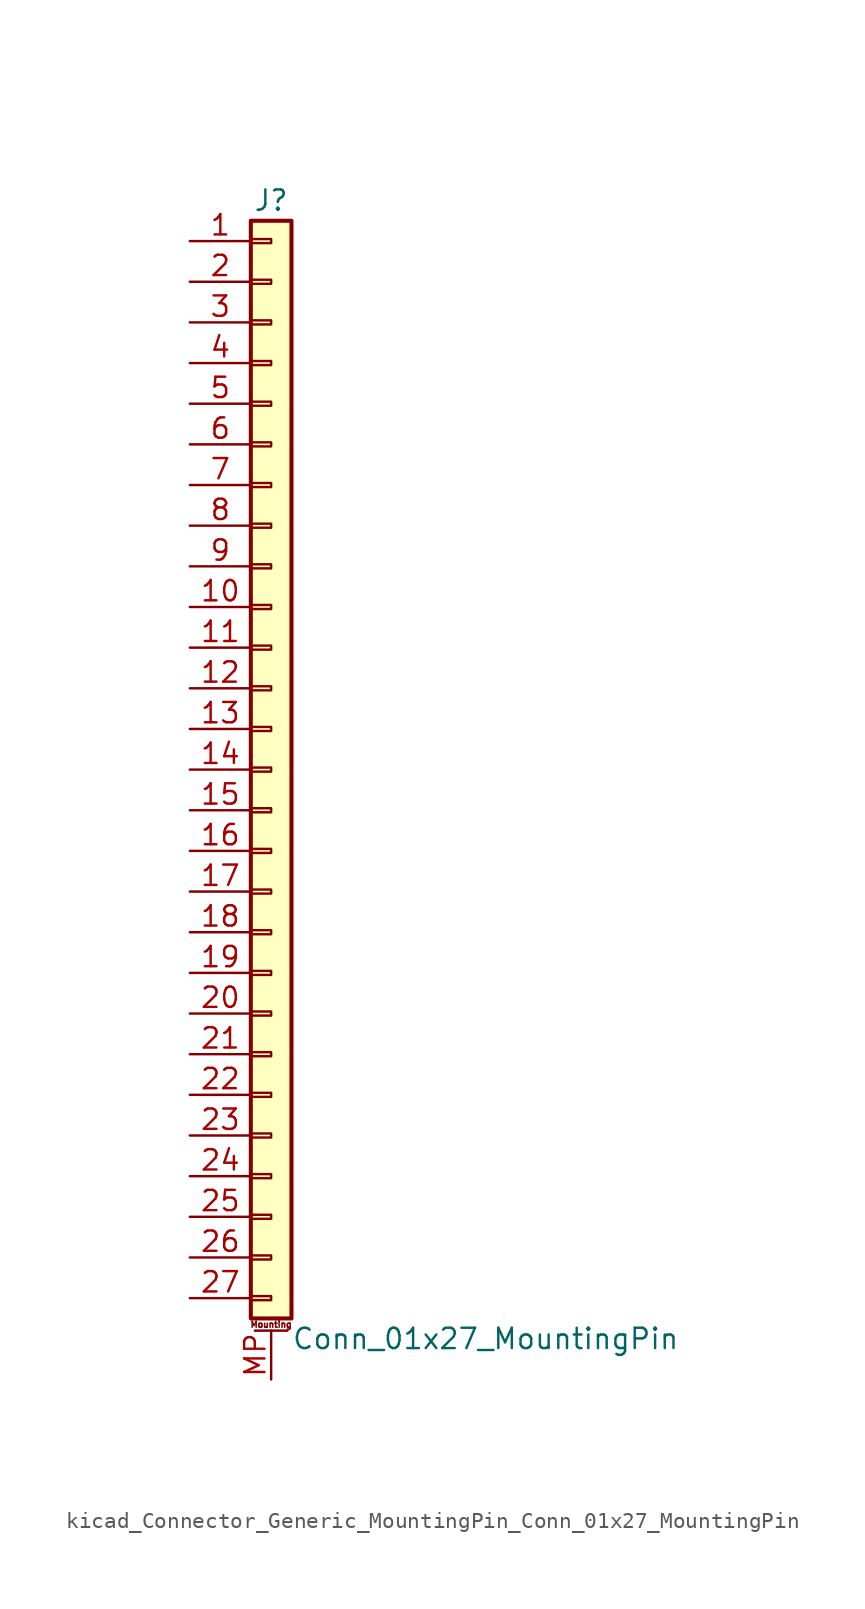
<source format=kicad_sym>
(kicad_symbol_lib
  (version 20220914)
  (generator kicad_symbol_editor)
  (symbol "kicad_Connector_Generic_MountingPin_Conn_01x27_MountingPin"
    (pin_names
      (offset 1.016) hide)
    (property "Reference" "J"
      (at 0 35.56 0)
      (effects (font (size 1.27 1.27))))
    (property "Value" "Conn_01x27_MountingPin"
      (at 1.27 -35.56 0)
      (effects (font (size 1.27 1.27)) (justify left)))
    (symbol "kicad_Connector_Generic_MountingPin_Conn_01x27_MountingPin_1_1"
      (rectangle (start -1.27 -32.893) (end 0 -33.147) (stroke (width 0.152) (type default)) (fill (type none)))
      (rectangle (start -1.27 -30.353) (end 0 -30.607) (stroke (width 0.152) (type default)) (fill (type none)))
      (rectangle (start -1.27 -27.813) (end 0 -28.067) (stroke (width 0.152) (type default)) (fill (type none)))
      (rectangle (start -1.27 -25.273) (end 0 -25.527) (stroke (width 0.152) (type default)) (fill (type none)))
      (rectangle (start -1.27 -22.733) (end 0 -22.987) (stroke (width 0.152) (type default)) (fill (type none)))
      (rectangle (start -1.27 -20.193) (end 0 -20.447) (stroke (width 0.152) (type default)) (fill (type none)))
      (rectangle (start -1.27 -17.653) (end 0 -17.907) (stroke (width 0.152) (type default)) (fill (type none)))
      (rectangle (start -1.27 -15.113) (end 0 -15.367) (stroke (width 0.152) (type default)) (fill (type none)))
      (rectangle (start -1.27 -12.573) (end 0 -12.827) (stroke (width 0.152) (type default)) (fill (type none)))
      (rectangle (start -1.27 -10.033) (end 0 -10.287) (stroke (width 0.152) (type default)) (fill (type none)))
      (rectangle (start -1.27 -7.493) (end 0 -7.747) (stroke (width 0.152) (type default)) (fill (type none)))
      (rectangle (start -1.27 -4.953) (end 0 -5.207) (stroke (width 0.152) (type default)) (fill (type none)))
      (rectangle (start -1.27 -2.413) (end 0 -2.667) (stroke (width 0.152) (type default)) (fill (type none)))
      (rectangle (start -1.27 0.127) (end 0 -0.127) (stroke (width 0.152) (type default)) (fill (type none)))
      (rectangle (start -1.27 2.667) (end 0 2.413) (stroke (width 0.152) (type default)) (fill (type none)))
      (rectangle (start -1.27 5.207) (end 0 4.953) (stroke (width 0.152) (type default)) (fill (type none)))
      (rectangle (start -1.27 7.747) (end 0 7.493) (stroke (width 0.152) (type default)) (fill (type none)))
      (rectangle (start -1.27 10.287) (end 0 10.033) (stroke (width 0.152) (type default)) (fill (type none)))
      (rectangle (start -1.27 12.827) (end 0 12.573) (stroke (width 0.152) (type default)) (fill (type none)))
      (rectangle (start -1.27 15.367) (end 0 15.113) (stroke (width 0.152) (type default)) (fill (type none)))
      (rectangle (start -1.27 17.907) (end 0 17.653) (stroke (width 0.152) (type default)) (fill (type none)))
      (rectangle (start -1.27 20.447) (end 0 20.193) (stroke (width 0.152) (type default)) (fill (type none)))
      (rectangle (start -1.27 22.987) (end 0 22.733) (stroke (width 0.152) (type default)) (fill (type none)))
      (rectangle (start -1.27 25.527) (end 0 25.273) (stroke (width 0.152) (type default)) (fill (type none)))
      (rectangle (start -1.27 28.067) (end 0 27.813) (stroke (width 0.152) (type default)) (fill (type none)))
      (rectangle (start -1.27 30.607) (end 0 30.353) (stroke (width 0.152) (type default)) (fill (type none)))
      (rectangle (start -1.27 33.147) (end 0 32.893) (stroke (width 0.152) (type default)) (fill (type none)))
      (rectangle (start -1.27 34.29) (end 1.27 -34.29) (stroke (width 0.254) (type default)) (fill (type background)))
      (polyline (pts (xy -1.016 -35.052) (xy 1.016 -35.052)) (stroke (width 0.152) (type default)) (fill (type none)))
      (text "Mounting" (at 0 -34.671 0) (effects (font (size 0.381 0.381))))
      (pin passive line (at -5.08 33.02 0) (length 3.81) (name "Pin_1" (effects (font (size 1.27 1.27)))) (number "1" (effects (font (size 1.27 1.27)))))
      (pin passive line (at -5.08 10.16 0) (length 3.81) (name "Pin_10" (effects (font (size 1.27 1.27)))) (number "10" (effects (font (size 1.27 1.27)))))
      (pin passive line (at -5.08 7.62 0) (length 3.81) (name "Pin_11" (effects (font (size 1.27 1.27)))) (number "11" (effects (font (size 1.27 1.27)))))
      (pin passive line (at -5.08 5.08 0) (length 3.81) (name "Pin_12" (effects (font (size 1.27 1.27)))) (number "12" (effects (font (size 1.27 1.27)))))
      (pin passive line (at -5.08 2.54 0) (length 3.81) (name "Pin_13" (effects (font (size 1.27 1.27)))) (number "13" (effects (font (size 1.27 1.27)))))
      (pin passive line (at -5.08 0 0) (length 3.81) (name "Pin_14" (effects (font (size 1.27 1.27)))) (number "14" (effects (font (size 1.27 1.27)))))
      (pin passive line (at -5.08 -2.54 0) (length 3.81) (name "Pin_15" (effects (font (size 1.27 1.27)))) (number "15" (effects (font (size 1.27 1.27)))))
      (pin passive line (at -5.08 -5.08 0) (length 3.81) (name "Pin_16" (effects (font (size 1.27 1.27)))) (number "16" (effects (font (size 1.27 1.27)))))
      (pin passive line (at -5.08 -7.62 0) (length 3.81) (name "Pin_17" (effects (font (size 1.27 1.27)))) (number "17" (effects (font (size 1.27 1.27)))))
      (pin passive line (at -5.08 -10.16 0) (length 3.81) (name "Pin_18" (effects (font (size 1.27 1.27)))) (number "18" (effects (font (size 1.27 1.27)))))
      (pin passive line (at -5.08 -12.7 0) (length 3.81) (name "Pin_19" (effects (font (size 1.27 1.27)))) (number "19" (effects (font (size 1.27 1.27)))))
      (pin passive line (at -5.08 30.48 0) (length 3.81) (name "Pin_2" (effects (font (size 1.27 1.27)))) (number "2" (effects (font (size 1.27 1.27)))))
      (pin passive line (at -5.08 -15.24 0) (length 3.81) (name "Pin_20" (effects (font (size 1.27 1.27)))) (number "20" (effects (font (size 1.27 1.27)))))
      (pin passive line (at -5.08 -17.78 0) (length 3.81) (name "Pin_21" (effects (font (size 1.27 1.27)))) (number "21" (effects (font (size 1.27 1.27)))))
      (pin passive line (at -5.08 -20.32 0) (length 3.81) (name "Pin_22" (effects (font (size 1.27 1.27)))) (number "22" (effects (font (size 1.27 1.27)))))
      (pin passive line (at -5.08 -22.86 0) (length 3.81) (name "Pin_23" (effects (font (size 1.27 1.27)))) (number "23" (effects (font (size 1.27 1.27)))))
      (pin passive line (at -5.08 -25.4 0) (length 3.81) (name "Pin_24" (effects (font (size 1.27 1.27)))) (number "24" (effects (font (size 1.27 1.27)))))
      (pin passive line (at -5.08 -27.94 0) (length 3.81) (name "Pin_25" (effects (font (size 1.27 1.27)))) (number "25" (effects (font (size 1.27 1.27)))))
      (pin passive line (at -5.08 -30.48 0) (length 3.81) (name "Pin_26" (effects (font (size 1.27 1.27)))) (number "26" (effects (font (size 1.27 1.27)))))
      (pin passive line (at -5.08 -33.02 0) (length 3.81) (name "Pin_27" (effects (font (size 1.27 1.27)))) (number "27" (effects (font (size 1.27 1.27)))))
      (pin passive line (at -5.08 27.94 0) (length 3.81) (name "Pin_3" (effects (font (size 1.27 1.27)))) (number "3" (effects (font (size 1.27 1.27)))))
      (pin passive line (at -5.08 25.4 0) (length 3.81) (name "Pin_4" (effects (font (size 1.27 1.27)))) (number "4" (effects (font (size 1.27 1.27)))))
      (pin passive line (at -5.08 22.86 0) (length 3.81) (name "Pin_5" (effects (font (size 1.27 1.27)))) (number "5" (effects (font (size 1.27 1.27)))))
      (pin passive line (at -5.08 20.32 0) (length 3.81) (name "Pin_6" (effects (font (size 1.27 1.27)))) (number "6" (effects (font (size 1.27 1.27)))))
      (pin passive line (at -5.08 17.78 0) (length 3.81) (name "Pin_7" (effects (font (size 1.27 1.27)))) (number "7" (effects (font (size 1.27 1.27)))))
      (pin passive line (at -5.08 15.24 0) (length 3.81) (name "Pin_8" (effects (font (size 1.27 1.27)))) (number "8" (effects (font (size 1.27 1.27)))))
      (pin passive line (at -5.08 12.7 0) (length 3.81) (name "Pin_9" (effects (font (size 1.27 1.27)))) (number "9" (effects (font (size 1.27 1.27)))))
      (pin passive line (at 0 -38.1 90) (length 3.048) (name "MountPin" (effects (font (size 1.27 1.27)))) (number "MP" (effects (font (size 1.27 1.27))))))))
</source>
